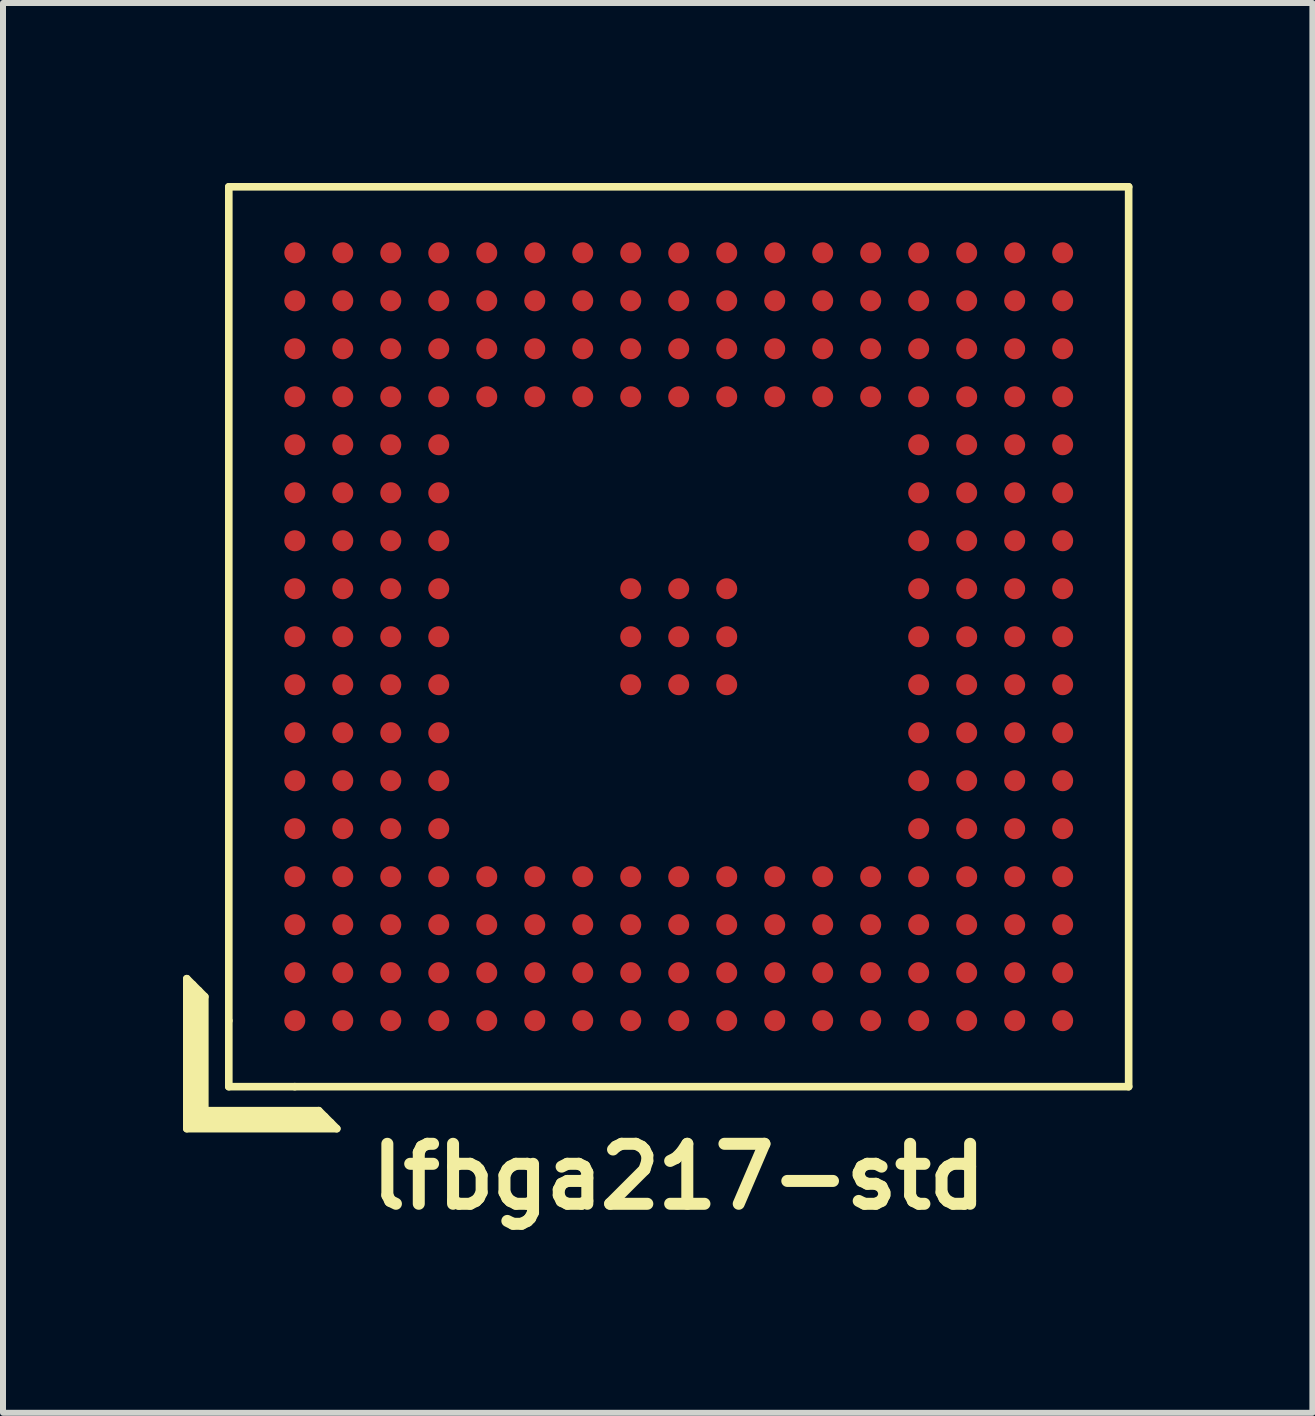
<source format=kicad_pcb>
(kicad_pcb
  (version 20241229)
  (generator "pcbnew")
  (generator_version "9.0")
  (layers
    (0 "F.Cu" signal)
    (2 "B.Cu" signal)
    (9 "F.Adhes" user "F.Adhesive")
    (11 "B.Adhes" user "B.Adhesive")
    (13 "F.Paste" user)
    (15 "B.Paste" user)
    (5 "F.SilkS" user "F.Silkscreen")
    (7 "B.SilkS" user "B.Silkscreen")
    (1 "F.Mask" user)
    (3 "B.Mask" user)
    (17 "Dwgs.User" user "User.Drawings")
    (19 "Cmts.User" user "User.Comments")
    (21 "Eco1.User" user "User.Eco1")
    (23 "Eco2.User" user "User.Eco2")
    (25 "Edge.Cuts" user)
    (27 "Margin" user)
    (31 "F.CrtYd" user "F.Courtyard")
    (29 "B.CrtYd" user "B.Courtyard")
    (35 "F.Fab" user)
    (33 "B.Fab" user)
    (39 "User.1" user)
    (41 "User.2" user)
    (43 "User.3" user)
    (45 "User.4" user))
  (footprint "lfbga217-std"
    (layer "F.Cu")
    (at 8.264 7.564)
    (property "Reference" "lfbga217-std" (at 0 9 0) (layer "F.SilkS") (effects (font (size 1 1) (thickness 0.2))))
    (attr smd)
    (fp_line (start -8.2 5.7) (end -7.9 6) (stroke (width 0.127) (type solid)) (layer "F.SilkS"))
    (fp_line (start -8.2 8.2) (end -8.2 5.7) (stroke (width 0.127) (type solid)) (layer "F.SilkS"))
    (fp_line (start -8.1 8.1) (end -8.1 5.8) (stroke (width 0.127) (type solid)) (layer "F.SilkS"))
    (fp_line (start -8 5.9) (end -8 8) (stroke (width 0.127) (type solid)) (layer "F.SilkS"))
    (fp_line (start -8 8) (end -5.9 8) (stroke (width 0.127) (type solid)) (layer "F.SilkS"))
    (fp_line (start -7.9 6) (end -7.9 7.9) (stroke (width 0.127) (type solid)) (layer "F.SilkS"))
    (fp_line (start -7.9 7.9) (end -6 7.9) (stroke (width 0.127) (type solid)) (layer "F.SilkS"))
    (fp_line (start -7.5 -7.5) (end 7.5 -7.5) (stroke (width 0.127) (type solid)) (layer "F.SilkS"))
    (fp_line (start -7.5 6.4) (end -7.5 -7.5) (stroke (width 0.127) (type solid)) (layer "F.SilkS"))
    (fp_line (start -7.5 6.4) (end -7.5 7.5) (stroke (width 0.127) (type solid)) (layer "F.SilkS"))
    (fp_line (start -7.5 7.5) (end -6.4 7.5) (stroke (width 0.127) (type solid)) (layer "F.SilkS"))
    (fp_line (start -6 7.9) (end -5.7 8.2) (stroke (width 0.127) (type solid)) (layer "F.SilkS"))
    (fp_line (start -5.8 8.1) (end -8.1 8.1) (stroke (width 0.127) (type solid)) (layer "F.SilkS"))
    (fp_line (start -5.7 8.2) (end -8.2 8.2) (stroke (width 0.127) (type solid)) (layer "F.SilkS"))
    (fp_line (start 7.5 -7.5) (end 7.5 7.5) (stroke (width 0.127) (type solid)) (layer "F.SilkS"))
    (fp_line (start 7.5 7.5) (end -6.4 7.5) (stroke (width 0.127) (type solid)) (layer "F.SilkS"))
    (pad "A1" smd circle (at -6.4 6.4 90) (size 0.35 0.35) (layers "F.Cu" "F.Mask" "F.Paste"))
    (pad "A2" smd circle (at -6.4 5.6 90) (size 0.35 0.35) (layers "F.Cu" "F.Mask" "F.Paste"))
    (pad "A3" smd circle (at -6.4 4.8 90) (size 0.35 0.35) (layers "F.Cu" "F.Mask" "F.Paste"))
    (pad "A4" smd circle (at -6.4 4 90) (size 0.35 0.35) (layers "F.Cu" "F.Mask" "F.Paste"))
    (pad "A5" smd circle (at -6.4 3.2 90) (size 0.35 0.35) (layers "F.Cu" "F.Mask" "F.Paste"))
    (pad "A6" smd circle (at -6.4 2.4 90) (size 0.35 0.35) (layers "F.Cu" "F.Mask" "F.Paste"))
    (pad "A7" smd circle (at -6.4 1.6 90) (size 0.35 0.35) (layers "F.Cu" "F.Mask" "F.Paste"))
    (pad "A8" smd circle (at -6.4 0.8 90) (size 0.35 0.35) (layers "F.Cu" "F.Mask" "F.Paste"))
    (pad "A9" smd circle (at -6.4 0 90) (size 0.35 0.35) (layers "F.Cu" "F.Mask" "F.Paste"))
    (pad "A10" smd circle (at -6.4 -0.8 90) (size 0.35 0.35) (layers "F.Cu" "F.Mask" "F.Paste"))
    (pad "A11" smd circle (at -6.4 -1.6 90) (size 0.35 0.35) (layers "F.Cu" "F.Mask" "F.Paste"))
    (pad "A12" smd circle (at -6.4 -2.4 90) (size 0.35 0.35) (layers "F.Cu" "F.Mask" "F.Paste"))
    (pad "A13" smd circle (at -6.4 -3.2 90) (size 0.35 0.35) (layers "F.Cu" "F.Mask" "F.Paste"))
    (pad "A14" smd circle (at -6.4 -4 90) (size 0.35 0.35) (layers "F.Cu" "F.Mask" "F.Paste"))
    (pad "A15" smd circle (at -6.4 -4.8 90) (size 0.35 0.35) (layers "F.Cu" "F.Mask" "F.Paste"))
    (pad "A16" smd circle (at -6.4 -5.6 90) (size 0.35 0.35) (layers "F.Cu" "F.Mask" "F.Paste"))
    (pad "A17" smd circle (at -6.4 -6.4 90) (size 0.35 0.35) (layers "F.Cu" "F.Mask" "F.Paste"))
    (pad "B1" smd circle (at -5.6 6.4 90) (size 0.35 0.35) (layers "F.Cu" "F.Mask" "F.Paste"))
    (pad "B2" smd circle (at -5.6 5.6 90) (size 0.35 0.35) (layers "F.Cu" "F.Mask" "F.Paste"))
    (pad "B3" smd circle (at -5.6 4.8 90) (size 0.35 0.35) (layers "F.Cu" "F.Mask" "F.Paste"))
    (pad "B4" smd circle (at -5.6 4 90) (size 0.35 0.35) (layers "F.Cu" "F.Mask" "F.Paste"))
    (pad "B5" smd circle (at -5.6 3.2 90) (size 0.35 0.35) (layers "F.Cu" "F.Mask" "F.Paste"))
    (pad "B6" smd circle (at -5.6 2.4 90) (size 0.35 0.35) (layers "F.Cu" "F.Mask" "F.Paste"))
    (pad "B7" smd circle (at -5.6 1.6 90) (size 0.35 0.35) (layers "F.Cu" "F.Mask" "F.Paste"))
    (pad "B8" smd circle (at -5.6 0.8 90) (size 0.35 0.35) (layers "F.Cu" "F.Mask" "F.Paste"))
    (pad "B9" smd circle (at -5.6 0 90) (size 0.35 0.35) (layers "F.Cu" "F.Mask" "F.Paste"))
    (pad "B10" smd circle (at -5.6 -0.8 90) (size 0.35 0.35) (layers "F.Cu" "F.Mask" "F.Paste"))
    (pad "B11" smd circle (at -5.6 -1.6 90) (size 0.35 0.35) (layers "F.Cu" "F.Mask" "F.Paste"))
    (pad "B12" smd circle (at -5.6 -2.4 90) (size 0.35 0.35) (layers "F.Cu" "F.Mask" "F.Paste"))
    (pad "B13" smd circle (at -5.6 -3.2 90) (size 0.35 0.35) (layers "F.Cu" "F.Mask" "F.Paste"))
    (pad "B14" smd circle (at -5.6 -4 90) (size 0.35 0.35) (layers "F.Cu" "F.Mask" "F.Paste"))
    (pad "B15" smd circle (at -5.6 -4.8 90) (size 0.35 0.35) (layers "F.Cu" "F.Mask" "F.Paste"))
    (pad "B16" smd circle (at -5.6 -5.6 90) (size 0.35 0.35) (layers "F.Cu" "F.Mask" "F.Paste"))
    (pad "B17" smd circle (at -5.6 -6.4 90) (size 0.35 0.35) (layers "F.Cu" "F.Mask" "F.Paste"))
    (pad "C1" smd circle (at -4.8 6.4 90) (size 0.35 0.35) (layers "F.Cu" "F.Mask" "F.Paste"))
    (pad "C2" smd circle (at -4.8 5.6 90) (size 0.35 0.35) (layers "F.Cu" "F.Mask" "F.Paste"))
    (pad "C3" smd circle (at -4.8 4.8 90) (size 0.35 0.35) (layers "F.Cu" "F.Mask" "F.Paste"))
    (pad "C4" smd circle (at -4.8 4 90) (size 0.35 0.35) (layers "F.Cu" "F.Mask" "F.Paste"))
    (pad "C5" smd circle (at -4.8 3.2 90) (size 0.35 0.35) (layers "F.Cu" "F.Mask" "F.Paste"))
    (pad "C6" smd circle (at -4.8 2.4 90) (size 0.35 0.35) (layers "F.Cu" "F.Mask" "F.Paste"))
    (pad "C7" smd circle (at -4.8 1.6 90) (size 0.35 0.35) (layers "F.Cu" "F.Mask" "F.Paste"))
    (pad "C8" smd circle (at -4.8 0.8 90) (size 0.35 0.35) (layers "F.Cu" "F.Mask" "F.Paste"))
    (pad "C9" smd circle (at -4.8 0 90) (size 0.35 0.35) (layers "F.Cu" "F.Mask" "F.Paste"))
    (pad "C10" smd circle (at -4.8 -0.8 90) (size 0.35 0.35) (layers "F.Cu" "F.Mask" "F.Paste"))
    (pad "C11" smd circle (at -4.8 -1.6 90) (size 0.35 0.35) (layers "F.Cu" "F.Mask" "F.Paste"))
    (pad "C12" smd circle (at -4.8 -2.4 90) (size 0.35 0.35) (layers "F.Cu" "F.Mask" "F.Paste"))
    (pad "C13" smd circle (at -4.8 -3.2 90) (size 0.35 0.35) (layers "F.Cu" "F.Mask" "F.Paste"))
    (pad "C14" smd circle (at -4.8 -4 90) (size 0.35 0.35) (layers "F.Cu" "F.Mask" "F.Paste"))
    (pad "C15" smd circle (at -4.8 -4.8 90) (size 0.35 0.35) (layers "F.Cu" "F.Mask" "F.Paste"))
    (pad "C16" smd circle (at -4.8 -5.6 90) (size 0.35 0.35) (layers "F.Cu" "F.Mask" "F.Paste"))
    (pad "C17" smd circle (at -4.8 -6.4 90) (size 0.35 0.35) (layers "F.Cu" "F.Mask" "F.Paste"))
    (pad "D1" smd circle (at -4 6.4 90) (size 0.35 0.35) (layers "F.Cu" "F.Mask" "F.Paste"))
    (pad "D2" smd circle (at -4 5.6 90) (size 0.35 0.35) (layers "F.Cu" "F.Mask" "F.Paste"))
    (pad "D3" smd circle (at -4 4.8 90) (size 0.35 0.35) (layers "F.Cu" "F.Mask" "F.Paste"))
    (pad "D4" smd circle (at -4 4 90) (size 0.35 0.35) (layers "F.Cu" "F.Mask" "F.Paste"))
    (pad "D5" smd circle (at -4 3.2 90) (size 0.35 0.35) (layers "F.Cu" "F.Mask" "F.Paste"))
    (pad "D6" smd circle (at -4 2.4 90) (size 0.35 0.35) (layers "F.Cu" "F.Mask" "F.Paste"))
    (pad "D7" smd circle (at -4 1.6 90) (size 0.35 0.35) (layers "F.Cu" "F.Mask" "F.Paste"))
    (pad "D8" smd circle (at -4 0.8 90) (size 0.35 0.35) (layers "F.Cu" "F.Mask" "F.Paste"))
    (pad "D9" smd circle (at -4 0 90) (size 0.35 0.35) (layers "F.Cu" "F.Mask" "F.Paste"))
    (pad "D10" smd circle (at -4 -0.8 90) (size 0.35 0.35) (layers "F.Cu" "F.Mask" "F.Paste"))
    (pad "D11" smd circle (at -4 -1.6 90) (size 0.35 0.35) (layers "F.Cu" "F.Mask" "F.Paste"))
    (pad "D12" smd circle (at -4 -2.4 90) (size 0.35 0.35) (layers "F.Cu" "F.Mask" "F.Paste"))
    (pad "D13" smd circle (at -4 -3.2 90) (size 0.35 0.35) (layers "F.Cu" "F.Mask" "F.Paste"))
    (pad "D14" smd circle (at -4 -4 90) (size 0.35 0.35) (layers "F.Cu" "F.Mask" "F.Paste"))
    (pad "D15" smd circle (at -4 -4.8 90) (size 0.35 0.35) (layers "F.Cu" "F.Mask" "F.Paste"))
    (pad "D16" smd circle (at -4 -5.6 90) (size 0.35 0.35) (layers "F.Cu" "F.Mask" "F.Paste"))
    (pad "D17" smd circle (at -4 -6.4 90) (size 0.35 0.35) (layers "F.Cu" "F.Mask" "F.Paste"))
    (pad "E1" smd circle (at -3.2 6.4 90) (size 0.35 0.35) (layers "F.Cu" "F.Mask" "F.Paste"))
    (pad "E2" smd circle (at -3.2 5.6 90) (size 0.35 0.35) (layers "F.Cu" "F.Mask" "F.Paste"))
    (pad "E3" smd circle (at -3.2 4.8 90) (size 0.35 0.35) (layers "F.Cu" "F.Mask" "F.Paste"))
    (pad "E4" smd circle (at -3.2 4 90) (size 0.35 0.35) (layers "F.Cu" "F.Mask" "F.Paste"))
    (pad "E14" smd circle (at -3.2 -4 90) (size 0.35 0.35) (layers "F.Cu" "F.Mask" "F.Paste"))
    (pad "E15" smd circle (at -3.2 -4.8 90) (size 0.35 0.35) (layers "F.Cu" "F.Mask" "F.Paste"))
    (pad "E16" smd circle (at -3.2 -5.6 90) (size 0.35 0.35) (layers "F.Cu" "F.Mask" "F.Paste"))
    (pad "E17" smd circle (at -3.2 -6.4 90) (size 0.35 0.35) (layers "F.Cu" "F.Mask" "F.Paste"))
    (pad "F1" smd circle (at -2.4 6.4 90) (size 0.35 0.35) (layers "F.Cu" "F.Mask" "F.Paste"))
    (pad "F2" smd circle (at -2.4 5.6 90) (size 0.35 0.35) (layers "F.Cu" "F.Mask" "F.Paste"))
    (pad "F3" smd circle (at -2.4 4.8 90) (size 0.35 0.35) (layers "F.Cu" "F.Mask" "F.Paste"))
    (pad "F4" smd circle (at -2.4 4 90) (size 0.35 0.35) (layers "F.Cu" "F.Mask" "F.Paste"))
    (pad "F14" smd circle (at -2.4 -4 90) (size 0.35 0.35) (layers "F.Cu" "F.Mask" "F.Paste"))
    (pad "F15" smd circle (at -2.4 -4.8 90) (size 0.35 0.35) (layers "F.Cu" "F.Mask" "F.Paste"))
    (pad "F16" smd circle (at -2.4 -5.6 90) (size 0.35 0.35) (layers "F.Cu" "F.Mask" "F.Paste"))
    (pad "F17" smd circle (at -2.4 -6.4 90) (size 0.35 0.35) (layers "F.Cu" "F.Mask" "F.Paste"))
    (pad "G1" smd circle (at -1.6 6.4 90) (size 0.35 0.35) (layers "F.Cu" "F.Mask" "F.Paste"))
    (pad "G2" smd circle (at -1.6 5.6 90) (size 0.35 0.35) (layers "F.Cu" "F.Mask" "F.Paste"))
    (pad "G3" smd circle (at -1.6 4.8 90) (size 0.35 0.35) (layers "F.Cu" "F.Mask" "F.Paste"))
    (pad "G4" smd circle (at -1.6 4 90) (size 0.35 0.35) (layers "F.Cu" "F.Mask" "F.Paste"))
    (pad "G14" smd circle (at -1.6 -4 90) (size 0.35 0.35) (layers "F.Cu" "F.Mask" "F.Paste"))
    (pad "G15" smd circle (at -1.6 -4.8 90) (size 0.35 0.35) (layers "F.Cu" "F.Mask" "F.Paste"))
    (pad "G16" smd circle (at -1.6 -5.6 90) (size 0.35 0.35) (layers "F.Cu" "F.Mask" "F.Paste"))
    (pad "G17" smd circle (at -1.6 -6.4 90) (size 0.35 0.35) (layers "F.Cu" "F.Mask" "F.Paste"))
    (pad "H1" smd circle (at -0.8 6.4 90) (size 0.35 0.35) (layers "F.Cu" "F.Mask" "F.Paste"))
    (pad "H2" smd circle (at -0.8 5.6 90) (size 0.35 0.35) (layers "F.Cu" "F.Mask" "F.Paste"))
    (pad "H3" smd circle (at -0.8 4.8 90) (size 0.35 0.35) (layers "F.Cu" "F.Mask" "F.Paste"))
    (pad "H4" smd circle (at -0.8 4 90) (size 0.35 0.35) (layers "F.Cu" "F.Mask" "F.Paste"))
    (pad "H8" smd circle (at -0.8 0.8 90) (size 0.35 0.35) (layers "F.Cu" "F.Mask" "F.Paste"))
    (pad "H9" smd circle (at -0.8 0 90) (size 0.35 0.35) (layers "F.Cu" "F.Mask" "F.Paste"))
    (pad "H10" smd circle (at -0.8 -0.8 90) (size 0.35 0.35) (layers "F.Cu" "F.Mask" "F.Paste"))
    (pad "H14" smd circle (at -0.8 -4 90) (size 0.35 0.35) (layers "F.Cu" "F.Mask" "F.Paste"))
    (pad "H15" smd circle (at -0.8 -4.8 90) (size 0.35 0.35) (layers "F.Cu" "F.Mask" "F.Paste"))
    (pad "H16" smd circle (at -0.8 -5.6 90) (size 0.35 0.35) (layers "F.Cu" "F.Mask" "F.Paste"))
    (pad "H17" smd circle (at -0.8 -6.4 90) (size 0.35 0.35) (layers "F.Cu" "F.Mask" "F.Paste"))
    (pad "J1" smd circle (at 0 6.4 90) (size 0.35 0.35) (layers "F.Cu" "F.Mask" "F.Paste"))
    (pad "J2" smd circle (at 0 5.6 90) (size 0.35 0.35) (layers "F.Cu" "F.Mask" "F.Paste"))
    (pad "J3" smd circle (at 0 4.8 90) (size 0.35 0.35) (layers "F.Cu" "F.Mask" "F.Paste"))
    (pad "J4" smd circle (at 0 4 90) (size 0.35 0.35) (layers "F.Cu" "F.Mask" "F.Paste"))
    (pad "J8" smd circle (at 0 0.8 90) (size 0.35 0.35) (layers "F.Cu" "F.Mask" "F.Paste"))
    (pad "J9" smd circle (at 0 0 90) (size 0.35 0.35) (layers "F.Cu" "F.Mask" "F.Paste"))
    (pad "J10" smd circle (at 0 -0.8 90) (size 0.35 0.35) (layers "F.Cu" "F.Mask" "F.Paste"))
    (pad "J14" smd circle (at 0 -4 90) (size 0.35 0.35) (layers "F.Cu" "F.Mask" "F.Paste"))
    (pad "J15" smd circle (at 0 -4.8 90) (size 0.35 0.35) (layers "F.Cu" "F.Mask" "F.Paste"))
    (pad "J16" smd circle (at 0 -5.6 90) (size 0.35 0.35) (layers "F.Cu" "F.Mask" "F.Paste"))
    (pad "J17" smd circle (at 0 -6.4 90) (size 0.35 0.35) (layers "F.Cu" "F.Mask" "F.Paste"))
    (pad "K1" smd circle (at 0.8 6.4 90) (size 0.35 0.35) (layers "F.Cu" "F.Mask" "F.Paste"))
    (pad "K2" smd circle (at 0.8 5.6 90) (size 0.35 0.35) (layers "F.Cu" "F.Mask" "F.Paste"))
    (pad "K3" smd circle (at 0.8 4.8 90) (size 0.35 0.35) (layers "F.Cu" "F.Mask" "F.Paste"))
    (pad "K4" smd circle (at 0.8 4 90) (size 0.35 0.35) (layers "F.Cu" "F.Mask" "F.Paste"))
    (pad "K8" smd circle (at 0.8 0.8 90) (size 0.35 0.35) (layers "F.Cu" "F.Mask" "F.Paste"))
    (pad "K9" smd circle (at 0.8 0 90) (size 0.35 0.35) (layers "F.Cu" "F.Mask" "F.Paste"))
    (pad "K10" smd circle (at 0.8 -0.8 90) (size 0.35 0.35) (layers "F.Cu" "F.Mask" "F.Paste"))
    (pad "K14" smd circle (at 0.8 -4 90) (size 0.35 0.35) (layers "F.Cu" "F.Mask" "F.Paste"))
    (pad "K15" smd circle (at 0.8 -4.8 90) (size 0.35 0.35) (layers "F.Cu" "F.Mask" "F.Paste"))
    (pad "K16" smd circle (at 0.8 -5.6 90) (size 0.35 0.35) (layers "F.Cu" "F.Mask" "F.Paste"))
    (pad "K17" smd circle (at 0.8 -6.4 90) (size 0.35 0.35) (layers "F.Cu" "F.Mask" "F.Paste"))
    (pad "L1" smd circle (at 1.6 6.4 90) (size 0.35 0.35) (layers "F.Cu" "F.Mask" "F.Paste"))
    (pad "L2" smd circle (at 1.6 5.6 90) (size 0.35 0.35) (layers "F.Cu" "F.Mask" "F.Paste"))
    (pad "L3" smd circle (at 1.6 4.8 90) (size 0.35 0.35) (layers "F.Cu" "F.Mask" "F.Paste"))
    (pad "L4" smd circle (at 1.6 4 90) (size 0.35 0.35) (layers "F.Cu" "F.Mask" "F.Paste"))
    (pad "L14" smd circle (at 1.6 -4 90) (size 0.35 0.35) (layers "F.Cu" "F.Mask" "F.Paste"))
    (pad "L15" smd circle (at 1.6 -4.8 90) (size 0.35 0.35) (layers "F.Cu" "F.Mask" "F.Paste"))
    (pad "L16" smd circle (at 1.6 -5.6 90) (size 0.35 0.35) (layers "F.Cu" "F.Mask" "F.Paste"))
    (pad "L17" smd circle (at 1.6 -6.4 90) (size 0.35 0.35) (layers "F.Cu" "F.Mask" "F.Paste"))
    (pad "M1" smd circle (at 2.4 6.4 90) (size 0.35 0.35) (layers "F.Cu" "F.Mask" "F.Paste"))
    (pad "M2" smd circle (at 2.4 5.6 90) (size 0.35 0.35) (layers "F.Cu" "F.Mask" "F.Paste"))
    (pad "M3" smd circle (at 2.4 4.8 90) (size 0.35 0.35) (layers "F.Cu" "F.Mask" "F.Paste"))
    (pad "M4" smd circle (at 2.4 4 90) (size 0.35 0.35) (layers "F.Cu" "F.Mask" "F.Paste"))
    (pad "M14" smd circle (at 2.4 -4 90) (size 0.35 0.35) (layers "F.Cu" "F.Mask" "F.Paste"))
    (pad "M15" smd circle (at 2.4 -4.8 90) (size 0.35 0.35) (layers "F.Cu" "F.Mask" "F.Paste"))
    (pad "M16" smd circle (at 2.4 -5.6 90) (size 0.35 0.35) (layers "F.Cu" "F.Mask" "F.Paste"))
    (pad "M17" smd circle (at 2.4 -6.4 90) (size 0.35 0.35) (layers "F.Cu" "F.Mask" "F.Paste"))
    (pad "N1" smd circle (at 3.2 6.4 90) (size 0.35 0.35) (layers "F.Cu" "F.Mask" "F.Paste"))
    (pad "N2" smd circle (at 3.2 5.6 90) (size 0.35 0.35) (layers "F.Cu" "F.Mask" "F.Paste"))
    (pad "N3" smd circle (at 3.2 4.8 90) (size 0.35 0.35) (layers "F.Cu" "F.Mask" "F.Paste"))
    (pad "N4" smd circle (at 3.2 4 90) (size 0.35 0.35) (layers "F.Cu" "F.Mask" "F.Paste"))
    (pad "N14" smd circle (at 3.2 -4 90) (size 0.35 0.35) (layers "F.Cu" "F.Mask" "F.Paste"))
    (pad "N15" smd circle (at 3.2 -4.8 90) (size 0.35 0.35) (layers "F.Cu" "F.Mask" "F.Paste"))
    (pad "N16" smd circle (at 3.2 -5.6 90) (size 0.35 0.35) (layers "F.Cu" "F.Mask" "F.Paste"))
    (pad "N17" smd circle (at 3.2 -6.4 90) (size 0.35 0.35) (layers "F.Cu" "F.Mask" "F.Paste"))
    (pad "P1" smd circle (at 4 6.4 90) (size 0.35 0.35) (layers "F.Cu" "F.Mask" "F.Paste"))
    (pad "P2" smd circle (at 4 5.6 90) (size 0.35 0.35) (layers "F.Cu" "F.Mask" "F.Paste"))
    (pad "P3" smd circle (at 4 4.8 90) (size 0.35 0.35) (layers "F.Cu" "F.Mask" "F.Paste"))
    (pad "P4" smd circle (at 4 4 90) (size 0.35 0.35) (layers "F.Cu" "F.Mask" "F.Paste"))
    (pad "P5" smd circle (at 4 3.2 90) (size 0.35 0.35) (layers "F.Cu" "F.Mask" "F.Paste"))
    (pad "P6" smd circle (at 4 2.4 90) (size 0.35 0.35) (layers "F.Cu" "F.Mask" "F.Paste"))
    (pad "P7" smd circle (at 4 1.6 90) (size 0.35 0.35) (layers "F.Cu" "F.Mask" "F.Paste"))
    (pad "P8" smd circle (at 4 0.8 90) (size 0.35 0.35) (layers "F.Cu" "F.Mask" "F.Paste"))
    (pad "P9" smd circle (at 4 0 90) (size 0.35 0.35) (layers "F.Cu" "F.Mask" "F.Paste"))
    (pad "P10" smd circle (at 4 -0.8 90) (size 0.35 0.35) (layers "F.Cu" "F.Mask" "F.Paste"))
    (pad "P11" smd circle (at 4 -1.6 90) (size 0.35 0.35) (layers "F.Cu" "F.Mask" "F.Paste"))
    (pad "P12" smd circle (at 4 -2.4 90) (size 0.35 0.35) (layers "F.Cu" "F.Mask" "F.Paste"))
    (pad "P13" smd circle (at 4 -3.2 90) (size 0.35 0.35) (layers "F.Cu" "F.Mask" "F.Paste"))
    (pad "P14" smd circle (at 4 -4 90) (size 0.35 0.35) (layers "F.Cu" "F.Mask" "F.Paste"))
    (pad "P15" smd circle (at 4 -4.8 90) (size 0.35 0.35) (layers "F.Cu" "F.Mask" "F.Paste"))
    (pad "P16" smd circle (at 4 -5.6 90) (size 0.35 0.35) (layers "F.Cu" "F.Mask" "F.Paste"))
    (pad "P17" smd circle (at 4 -6.4 90) (size 0.35 0.35) (layers "F.Cu" "F.Mask" "F.Paste"))
    (pad "R1" smd circle (at 4.8 6.4 90) (size 0.35 0.35) (layers "F.Cu" "F.Mask" "F.Paste"))
    (pad "R2" smd circle (at 4.8 5.6 90) (size 0.35 0.35) (layers "F.Cu" "F.Mask" "F.Paste"))
    (pad "R3" smd circle (at 4.8 4.8 90) (size 0.35 0.35) (layers "F.Cu" "F.Mask" "F.Paste"))
    (pad "R4" smd circle (at 4.8 4 90) (size 0.35 0.35) (layers "F.Cu" "F.Mask" "F.Paste"))
    (pad "R5" smd circle (at 4.8 3.2 90) (size 0.35 0.35) (layers "F.Cu" "F.Mask" "F.Paste"))
    (pad "R6" smd circle (at 4.8 2.4 90) (size 0.35 0.35) (layers "F.Cu" "F.Mask" "F.Paste"))
    (pad "R7" smd circle (at 4.8 1.6 90) (size 0.35 0.35) (layers "F.Cu" "F.Mask" "F.Paste"))
    (pad "R8" smd circle (at 4.8 0.8 90) (size 0.35 0.35) (layers "F.Cu" "F.Mask" "F.Paste"))
    (pad "R9" smd circle (at 4.8 0 90) (size 0.35 0.35) (layers "F.Cu" "F.Mask" "F.Paste"))
    (pad "R10" smd circle (at 4.8 -0.8 90) (size 0.35 0.35) (layers "F.Cu" "F.Mask" "F.Paste"))
    (pad "R11" smd circle (at 4.8 -1.6 90) (size 0.35 0.35) (layers "F.Cu" "F.Mask" "F.Paste"))
    (pad "R12" smd circle (at 4.8 -2.4 90) (size 0.35 0.35) (layers "F.Cu" "F.Mask" "F.Paste"))
    (pad "R13" smd circle (at 4.8 -3.2 90) (size 0.35 0.35) (layers "F.Cu" "F.Mask" "F.Paste"))
    (pad "R14" smd circle (at 4.8 -4 90) (size 0.35 0.35) (layers "F.Cu" "F.Mask" "F.Paste"))
    (pad "R15" smd circle (at 4.8 -4.8 90) (size 0.35 0.35) (layers "F.Cu" "F.Mask" "F.Paste"))
    (pad "R16" smd circle (at 4.8 -5.6 90) (size 0.35 0.35) (layers "F.Cu" "F.Mask" "F.Paste"))
    (pad "R17" smd circle (at 4.8 -6.4 90) (size 0.35 0.35) (layers "F.Cu" "F.Mask" "F.Paste"))
    (pad "T1" smd circle (at 5.6 6.4 90) (size 0.35 0.35) (layers "F.Cu" "F.Mask" "F.Paste"))
    (pad "T2" smd circle (at 5.6 5.6 90) (size 0.35 0.35) (layers "F.Cu" "F.Mask" "F.Paste"))
    (pad "T3" smd circle (at 5.6 4.8 90) (size 0.35 0.35) (layers "F.Cu" "F.Mask" "F.Paste"))
    (pad "T4" smd circle (at 5.6 4 90) (size 0.35 0.35) (layers "F.Cu" "F.Mask" "F.Paste"))
    (pad "T5" smd circle (at 5.6 3.2 90) (size 0.35 0.35) (layers "F.Cu" "F.Mask" "F.Paste"))
    (pad "T6" smd circle (at 5.6 2.4 90) (size 0.35 0.35) (layers "F.Cu" "F.Mask" "F.Paste"))
    (pad "T7" smd circle (at 5.6 1.6 90) (size 0.35 0.35) (layers "F.Cu" "F.Mask" "F.Paste"))
    (pad "T8" smd circle (at 5.6 0.8 90) (size 0.35 0.35) (layers "F.Cu" "F.Mask" "F.Paste"))
    (pad "T9" smd circle (at 5.6 0 90) (size 0.35 0.35) (layers "F.Cu" "F.Mask" "F.Paste"))
    (pad "T10" smd circle (at 5.6 -0.8 90) (size 0.35 0.35) (layers "F.Cu" "F.Mask" "F.Paste"))
    (pad "T11" smd circle (at 5.6 -1.6 90) (size 0.35 0.35) (layers "F.Cu" "F.Mask" "F.Paste"))
    (pad "T12" smd circle (at 5.6 -2.4 90) (size 0.35 0.35) (layers "F.Cu" "F.Mask" "F.Paste"))
    (pad "T13" smd circle (at 5.6 -3.2 90) (size 0.35 0.35) (layers "F.Cu" "F.Mask" "F.Paste"))
    (pad "T14" smd circle (at 5.6 -4 90) (size 0.35 0.35) (layers "F.Cu" "F.Mask" "F.Paste"))
    (pad "T15" smd circle (at 5.6 -4.8 90) (size 0.35 0.35) (layers "F.Cu" "F.Mask" "F.Paste"))
    (pad "T16" smd circle (at 5.6 -5.6 90) (size 0.35 0.35) (layers "F.Cu" "F.Mask" "F.Paste"))
    (pad "T17" smd circle (at 5.6 -6.4 90) (size 0.35 0.35) (layers "F.Cu" "F.Mask" "F.Paste"))
    (pad "U1" smd circle (at 6.4 6.4 90) (size 0.35 0.35) (layers "F.Cu" "F.Mask" "F.Paste"))
    (pad "U2" smd circle (at 6.4 5.6 90) (size 0.35 0.35) (layers "F.Cu" "F.Mask" "F.Paste"))
    (pad "U3" smd circle (at 6.4 4.8 90) (size 0.35 0.35) (layers "F.Cu" "F.Mask" "F.Paste"))
    (pad "U4" smd circle (at 6.4 4 90) (size 0.35 0.35) (layers "F.Cu" "F.Mask" "F.Paste"))
    (pad "U5" smd circle (at 6.4 3.2 90) (size 0.35 0.35) (layers "F.Cu" "F.Mask" "F.Paste"))
    (pad "U6" smd circle (at 6.4 2.4 90) (size 0.35 0.35) (layers "F.Cu" "F.Mask" "F.Paste"))
    (pad "U7" smd circle (at 6.4 1.6 90) (size 0.35 0.35) (layers "F.Cu" "F.Mask" "F.Paste"))
    (pad "U8" smd circle (at 6.4 0.8 90) (size 0.35 0.35) (layers "F.Cu" "F.Mask" "F.Paste"))
    (pad "U9" smd circle (at 6.4 0 90) (size 0.35 0.35) (layers "F.Cu" "F.Mask" "F.Paste"))
    (pad "U10" smd circle (at 6.4 -0.8 90) (size 0.35 0.35) (layers "F.Cu" "F.Mask" "F.Paste"))
    (pad "U11" smd circle (at 6.4 -1.6 90) (size 0.35 0.35) (layers "F.Cu" "F.Mask" "F.Paste"))
    (pad "U12" smd circle (at 6.4 -2.4 90) (size 0.35 0.35) (layers "F.Cu" "F.Mask" "F.Paste"))
    (pad "U13" smd circle (at 6.4 -3.2 90) (size 0.35 0.35) (layers "F.Cu" "F.Mask" "F.Paste"))
    (pad "U14" smd circle (at 6.4 -4 90) (size 0.35 0.35) (layers "F.Cu" "F.Mask" "F.Paste"))
    (pad "U15" smd circle (at 6.4 -4.8 90) (size 0.35 0.35) (layers "F.Cu" "F.Mask" "F.Paste"))
    (pad "U16" smd circle (at 6.4 -5.6 90) (size 0.35 0.35) (layers "F.Cu" "F.Mask" "F.Paste"))
    (pad "U17" smd circle (at 6.4 -6.4 90) (size 0.35 0.35) (layers "F.Cu" "F.Mask" "F.Paste")))
  (gr_rect
    (start -3 -3)
    (end 18.827 20.5)
    (stroke (width 0.1) (type default))
    (fill no)
    (layer "Edge.Cuts")))
</source>
